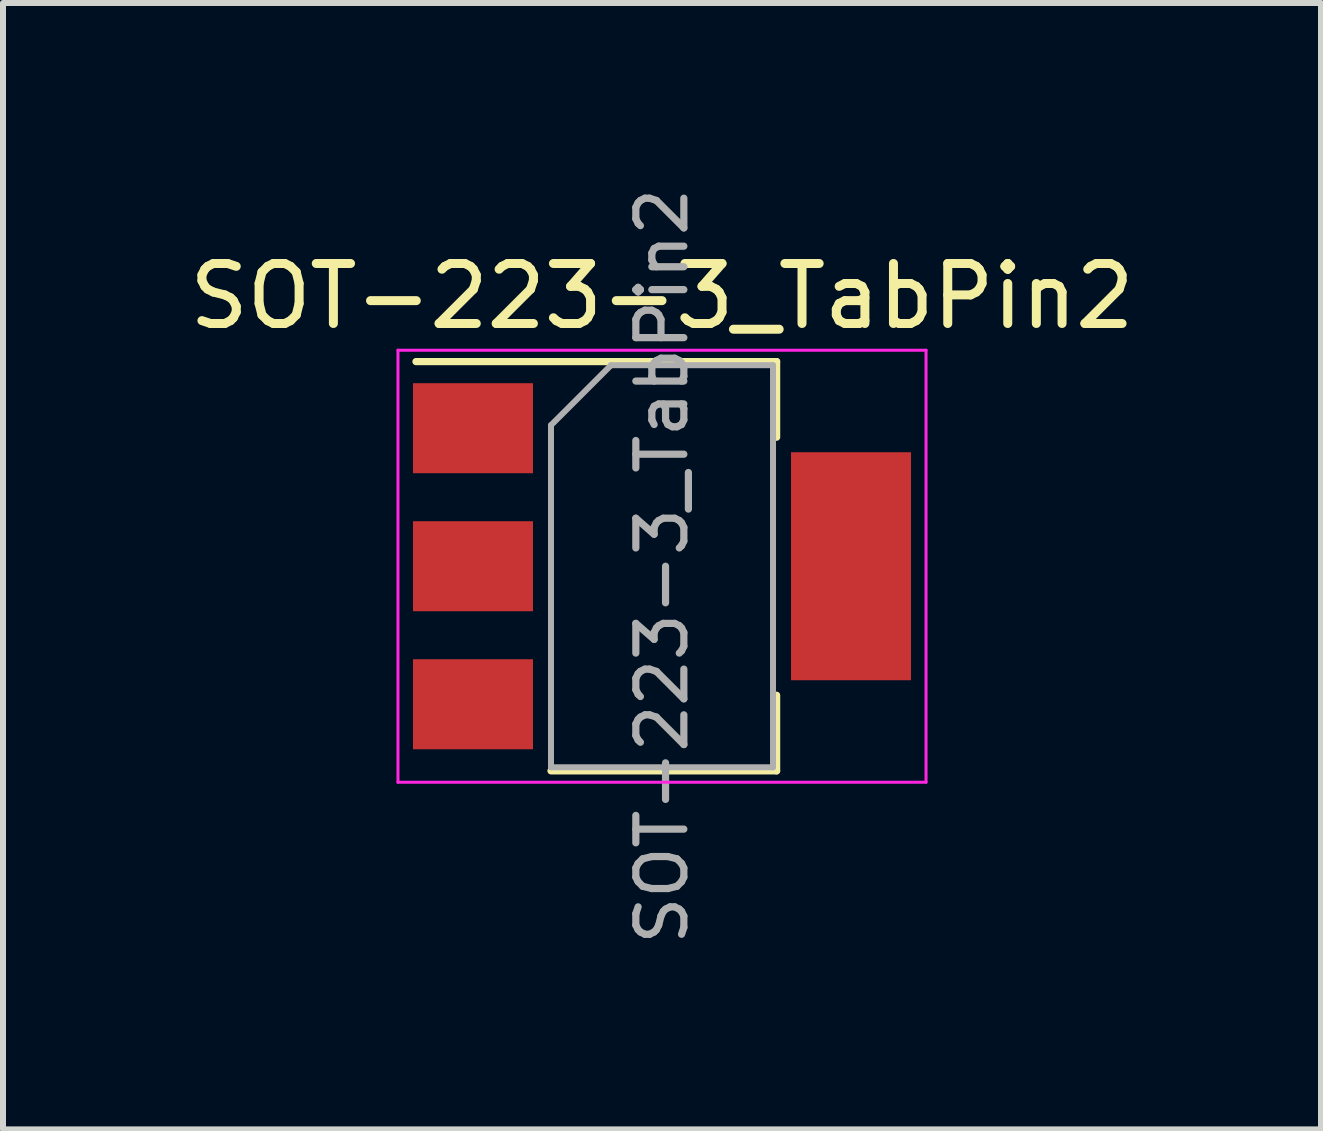
<source format=kicad_pcb>
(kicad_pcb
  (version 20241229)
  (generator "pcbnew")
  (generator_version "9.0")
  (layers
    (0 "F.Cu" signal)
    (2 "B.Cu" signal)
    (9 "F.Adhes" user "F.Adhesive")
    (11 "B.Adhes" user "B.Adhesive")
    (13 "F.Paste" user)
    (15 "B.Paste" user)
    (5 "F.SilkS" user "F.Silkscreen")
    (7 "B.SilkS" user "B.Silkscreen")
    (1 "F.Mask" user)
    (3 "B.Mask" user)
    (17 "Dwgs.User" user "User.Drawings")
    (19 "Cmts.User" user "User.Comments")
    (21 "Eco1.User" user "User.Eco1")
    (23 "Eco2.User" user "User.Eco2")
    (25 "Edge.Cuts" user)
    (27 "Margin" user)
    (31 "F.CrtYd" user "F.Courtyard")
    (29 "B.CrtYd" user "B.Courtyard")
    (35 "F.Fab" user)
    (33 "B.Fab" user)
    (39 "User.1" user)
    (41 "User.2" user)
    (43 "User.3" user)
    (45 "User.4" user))
  (footprint "SOT-223-3_TabPin2"
    (layer "F.Cu")
    (at 7.982 6.386)
    (property "Reference" "SOT-223-3_TabPin2" (at 0 -4.5 180) (layer "F.SilkS") (effects (font (size 1 1) (thickness 0.15))))
    (attr smd)
    (fp_line (start -4.1 -3.41) (end 1.91 -3.41) (stroke (width 0.12) (type solid)) (layer "F.SilkS"))
    (fp_line (start -1.85 3.41) (end 1.91 3.41) (stroke (width 0.12) (type solid)) (layer "F.SilkS"))
    (fp_line (start 1.91 -3.41) (end 1.91 -2.15) (stroke (width 0.12) (type solid)) (layer "F.SilkS"))
    (fp_line (start 1.91 3.41) (end 1.91 2.15) (stroke (width 0.12) (type solid)) (layer "F.SilkS"))
    (fp_line (start -4.4 -3.6) (end -4.4 3.6) (stroke (width 0.05) (type solid)) (layer "F.CrtYd"))
    (fp_line (start -4.4 3.6) (end 4.4 3.6) (stroke (width 0.05) (type solid)) (layer "F.CrtYd"))
    (fp_line (start 4.4 -3.6) (end -4.4 -3.6) (stroke (width 0.05) (type solid)) (layer "F.CrtYd"))
    (fp_line (start 4.4 3.6) (end 4.4 -3.6) (stroke (width 0.05) (type solid)) (layer "F.CrtYd"))
    (fp_line (start -1.85 -2.35) (end -1.85 3.35) (stroke (width 0.1) (type solid)) (layer "F.Fab"))
    (fp_line (start -1.85 -2.35) (end -0.85 -3.35) (stroke (width 0.1) (type solid)) (layer "F.Fab"))
    (fp_line (start -1.85 3.35) (end 1.85 3.35) (stroke (width 0.1) (type solid)) (layer "F.Fab"))
    (fp_line (start -0.85 -3.35) (end 1.85 -3.35) (stroke (width 0.1) (type solid)) (layer "F.Fab"))
    (fp_line (start 1.85 -3.35) (end 1.85 3.35) (stroke (width 0.1) (type solid)) (layer "F.Fab"))
    (fp_text user "${REFERENCE}" (at 0 0 270) (layer "F.Fab") (effects (font (size 0.8 0.8) (thickness 0.12))))
    (pad "1" smd rect (at -3.15 -2.3) (size 2 1.5) (layers "F.Cu" "F.Mask" "F.Paste"))
    (pad "2" smd rect (at -3.15 0) (size 2 1.5) (layers "F.Cu" "F.Mask" "F.Paste"))
    (pad "2" smd rect (at 3.15 0) (size 2 3.8) (layers "F.Cu" "F.Mask" "F.Paste"))
    (pad "3" smd rect (at -3.15 2.3) (size 2 1.5) (layers "F.Cu" "F.Mask" "F.Paste")))
  (gr_rect
    (start -3 -3)
    (end 18.964 15.771)
    (stroke (width 0.1) (type default))
    (fill no)
    (layer "Edge.Cuts")))
</source>
